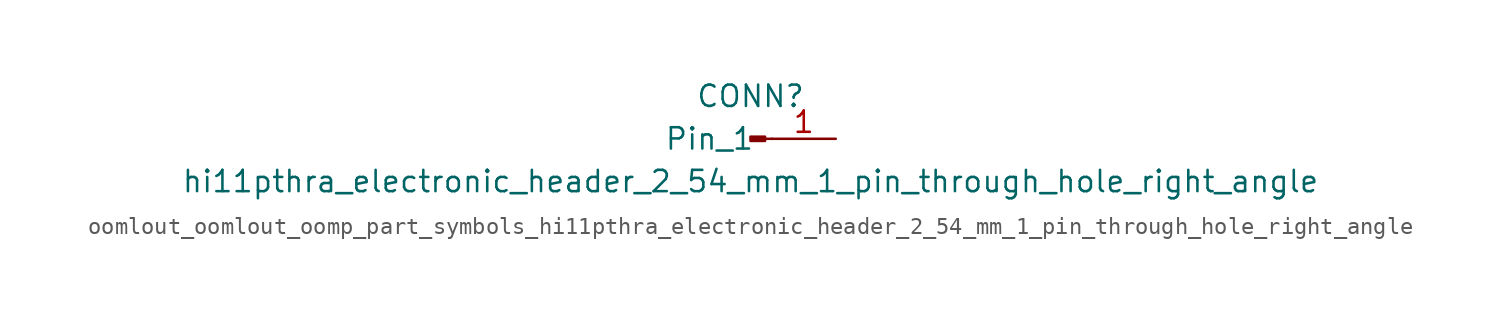
<source format=kicad_sym>
(kicad_symbol_lib
  (version 20220914)
  (generator kicad_symbol_editor)
  (symbol "oomlout_oomlout_oomp_part_symbols_hi11pthra_electronic_header_2_54_mm_1_pin_through_hole_right_angle"
    (pin_names
      (offset 1.016))
    (property "Reference" "CONN"
      (at 0 2.54 0)
      (effects (font (size 1.27 1.27))))
    (property "Value" "hi11pthra_electronic_header_2_54_mm_1_pin_through_hole_right_angle"
      (at 0 -2.54 0)
      (effects (font (size 1.27 1.27))))
    (property "ki_locked" ""
      (at 0 0 0)
      (effects (font (size 1.27 1.27))))
    (symbol "oomlout_oomlout_oomp_part_symbols_hi11pthra_electronic_header_2_54_mm_1_pin_through_hole_right_angle_1_1"
      (polyline (pts (xy 1.27 0) (xy 0.864 0)) (stroke (width 0.152) (type default)) (fill (type none)))
      (rectangle (start 0.864 0.127) (end 0 -0.127) (stroke (width 0.152) (type default)) (fill (type outline)))
      (pin passive line (at 5.08 0 180) (length 3.81) (name "Pin_1" (effects (font (size 1.27 1.27)))) (number "1" (effects (font (size 1.27 1.27))))))))
</source>
